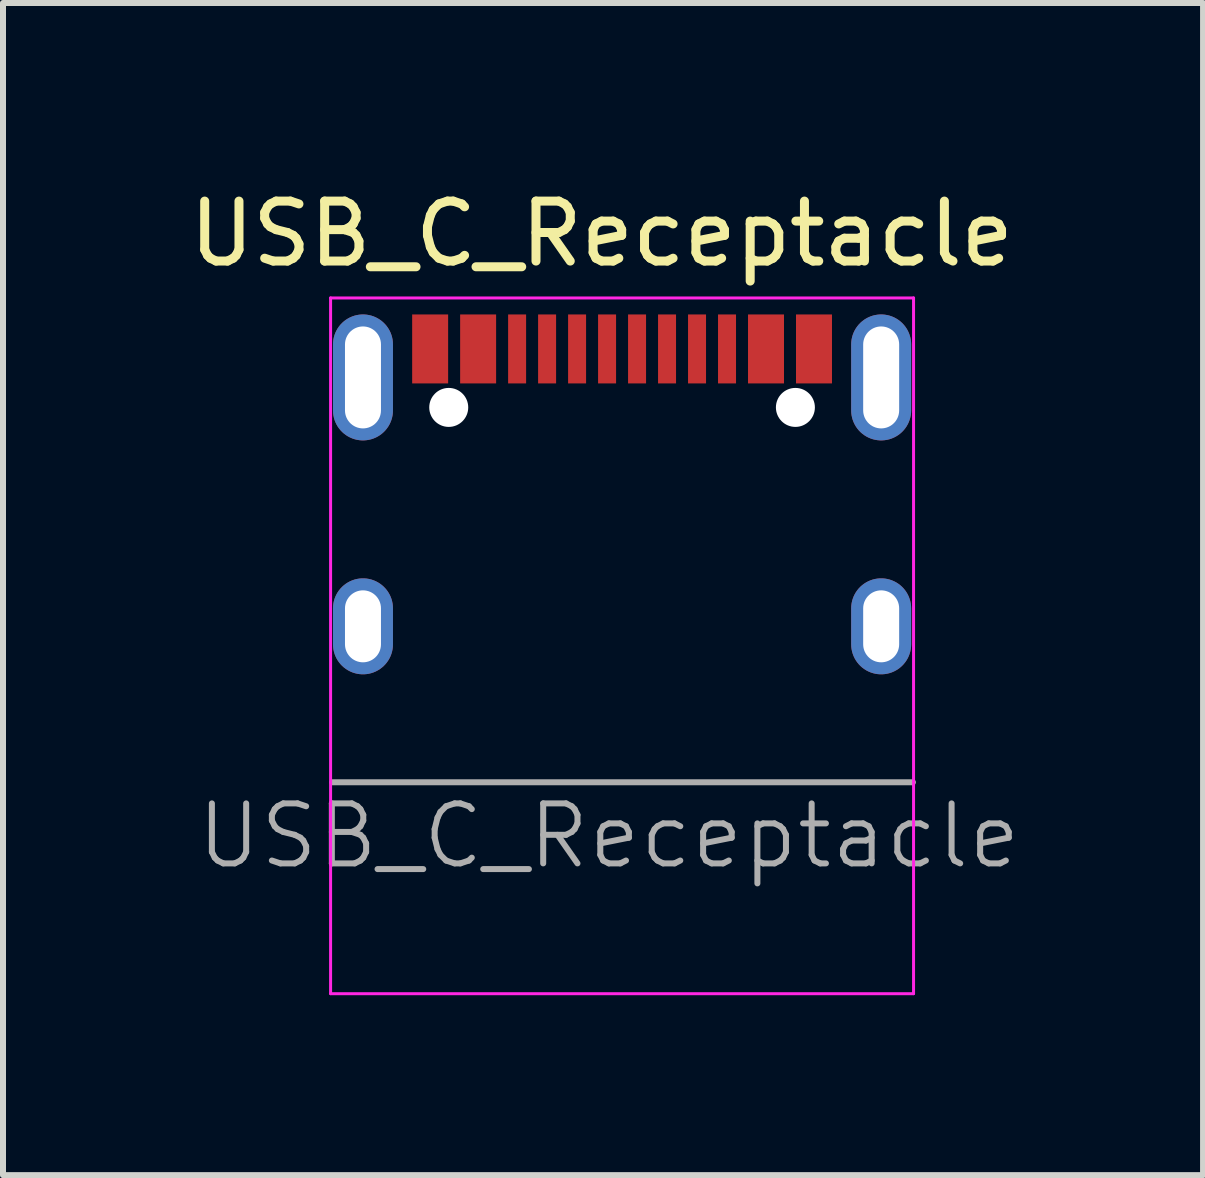
<source format=kicad_pcb>
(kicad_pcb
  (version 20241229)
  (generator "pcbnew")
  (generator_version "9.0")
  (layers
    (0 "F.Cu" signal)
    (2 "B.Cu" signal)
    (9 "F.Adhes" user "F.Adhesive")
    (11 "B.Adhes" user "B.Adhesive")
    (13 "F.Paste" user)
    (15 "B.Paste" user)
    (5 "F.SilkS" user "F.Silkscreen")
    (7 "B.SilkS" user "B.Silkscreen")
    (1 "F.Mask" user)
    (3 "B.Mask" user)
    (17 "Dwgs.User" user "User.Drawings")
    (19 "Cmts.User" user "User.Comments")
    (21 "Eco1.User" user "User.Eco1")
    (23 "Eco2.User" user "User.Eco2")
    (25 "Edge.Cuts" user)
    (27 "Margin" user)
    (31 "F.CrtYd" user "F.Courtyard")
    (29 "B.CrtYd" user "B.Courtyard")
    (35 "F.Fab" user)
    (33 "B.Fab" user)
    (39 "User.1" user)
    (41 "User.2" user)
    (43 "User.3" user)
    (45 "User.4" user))
  (footprint "USB_C_Receptacle"
    (layer "F.Cu")
    (at 6.822 7.788)
    (property "Reference" "USB_C_Receptacle" (at 0.16 -6.94 0) (layer "F.SilkS") (effects (font (size 1 1) (thickness 0.15))))
    (attr smd)
    (fp_line (start -4.36 -5.87) (end 5.36 -5.87) (stroke (width 0.05) (type solid)) (layer "F.CrtYd"))
    (fp_line (start -4.36 5.73) (end -4.36 -5.87) (stroke (width 0.05) (type solid)) (layer "F.CrtYd"))
    (fp_line (start 5.36 -5.87) (end 5.36 5.73) (stroke (width 0.05) (type solid)) (layer "F.CrtYd"))
    (fp_line (start 5.36 5.73) (end -4.36 5.73) (stroke (width 0.05) (type solid)) (layer "F.CrtYd"))
    (fp_line (start -4.33 2.205) (end 5.35 2.205) (stroke (width 0.1) (type solid)) (layer "F.Fab"))
    (fp_text user "${REFERENCE}" (at 0.28 3.1 0) (layer "F.Fab") (effects (font (size 1 1) (thickness 0.1))))
    (pad "" np_thru_hole circle (at -2.39 -4.045) (size 0.65 0.65) (drill 0.65) (layers "*.Cu" "*.Mask"))
    (pad "" np_thru_hole circle (at 3.39 -4.045) (size 0.65 0.65) (drill 0.65) (layers "*.Cu" "*.Mask"))
    (pad "A1" smd rect (at -2.7 -5.02) (size 0.6 1.15) (layers "F.Cu" "F.Mask" "F.Paste"))
    (pad "A4" smd rect (at -1.9 -5.02) (size 0.6 1.15) (layers "F.Cu" "F.Mask" "F.Paste"))
    (pad "A5" smd rect (at -0.75 -5.02) (size 0.3 1.15) (layers "F.Cu" "F.Mask" "F.Paste"))
    (pad "A6" smd rect (at 0.25 -5.02) (size 0.3 1.15) (layers "F.Cu" "F.Mask" "F.Paste"))
    (pad "A7" smd rect (at 0.75 -5.02) (size 0.3 1.15) (layers "F.Cu" "F.Mask" "F.Paste"))
    (pad "A8" smd rect (at 1.75 -5.02) (size 0.3 1.15) (layers "F.Cu" "F.Mask" "F.Paste"))
    (pad "A9" smd rect (at 2.9 -5.02) (size 0.6 1.15) (layers "F.Cu" "F.Mask" "F.Paste"))
    (pad "A12" smd rect (at 3.7 -5.02) (size 0.6 1.15) (layers "F.Cu" "F.Mask" "F.Paste"))
    (pad "B5" smd rect (at 2.25 -5.02) (size 0.3 1.15) (layers "F.Cu" "F.Mask" "F.Paste"))
    (pad "B6" smd rect (at 1.25 -5.02) (size 0.3 1.15) (layers "F.Cu" "F.Mask" "F.Paste"))
    (pad "B7" smd rect (at -0.25 -5.02) (size 0.3 1.15) (layers "F.Cu" "F.Mask" "F.Paste"))
    (pad "B8" smd rect (at -1.25 -5.02) (size 0.3 1.15) (layers "F.Cu" "F.Mask" "F.Paste"))
    (pad "S1" thru_hole oval (at -3.82 -4.545) (size 1 2.1) (drill oval 0.6 1.7) (layers "*.Cu" "*.Mask"))
    (pad "S1" thru_hole oval (at -3.82 -0.395) (size 1 1.6) (drill oval 0.6 1.2) (layers "*.Cu" "*.Mask"))
    (pad "S1" thru_hole oval (at 4.82 -4.545) (size 1 2.1) (drill oval 0.6 1.7) (layers "*.Cu" "*.Mask"))
    (pad "S1" thru_hole oval (at 4.82 -0.395) (size 1 1.6) (drill oval 0.6 1.2) (layers "*.Cu" "*.Mask")))
  (gr_rect
    (start -3 -3)
    (end 17.009 16.543)
    (stroke (width 0.1) (type default))
    (fill no)
    (layer "Edge.Cuts")))
</source>
